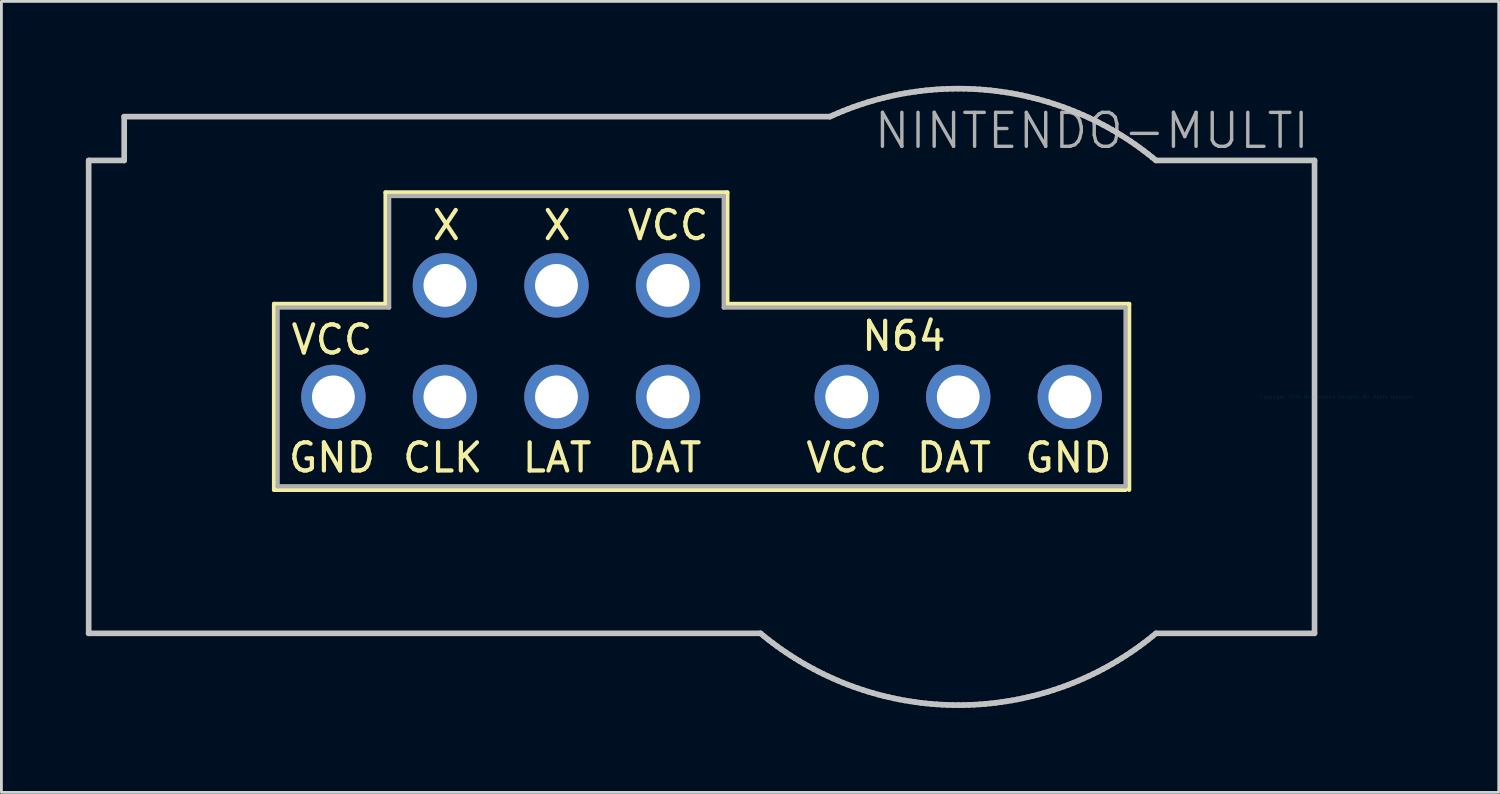
<source format=kicad_pcb>
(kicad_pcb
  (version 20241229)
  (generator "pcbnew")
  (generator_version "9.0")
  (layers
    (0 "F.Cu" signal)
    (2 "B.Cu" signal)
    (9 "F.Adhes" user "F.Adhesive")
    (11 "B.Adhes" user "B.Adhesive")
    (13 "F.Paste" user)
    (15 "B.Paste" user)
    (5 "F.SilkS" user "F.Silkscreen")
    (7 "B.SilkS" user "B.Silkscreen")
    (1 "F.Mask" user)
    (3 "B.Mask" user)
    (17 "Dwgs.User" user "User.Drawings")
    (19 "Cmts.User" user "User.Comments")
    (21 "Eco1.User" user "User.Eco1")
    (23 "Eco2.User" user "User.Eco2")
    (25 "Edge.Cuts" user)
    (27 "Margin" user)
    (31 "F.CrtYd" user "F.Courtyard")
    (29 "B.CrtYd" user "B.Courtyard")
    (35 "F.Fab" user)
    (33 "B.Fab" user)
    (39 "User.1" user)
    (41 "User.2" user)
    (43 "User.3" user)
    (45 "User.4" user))
  (footprint "NINTENDO-MULTI"
    (layer "F.Cu")
    (at 20.681 11.05)
    (property "Reference" "NINTENDO-MULTI" (at 22.86 -10.16 180) (layer "F.Fab") (effects (font (size 1.206 1.206) (thickness 0.121)) (justify right top)))
    (attr through_hole)
    (fp_line (start -13.995 -3.302) (end -13.995 3.302) (stroke (width 0.152) (type solid)) (layer "F.SilkS"))
    (fp_line (start -13.995 3.302) (end 16.256 3.302) (stroke (width 0.152) (type solid)) (layer "F.SilkS"))
    (fp_line (start -10.033 -7.264) (end -10.033 -3.302) (stroke (width 0.152) (type solid)) (layer "F.SilkS"))
    (fp_line (start -10.033 -3.302) (end -13.995 -3.302) (stroke (width 0.152) (type solid)) (layer "F.SilkS"))
    (fp_line (start 2.108 -7.264) (end -10.033 -7.264) (stroke (width 0.152) (type solid)) (layer "F.SilkS"))
    (fp_line (start 2.108 -7.264) (end 2.108 -3.302) (stroke (width 0.152) (type solid)) (layer "F.SilkS"))
    (fp_line (start 16.383 -3.302) (end 2.108 -3.302) (stroke (width 0.152) (type solid)) (layer "F.SilkS"))
    (fp_line (start 16.383 3.302) (end 16.383 -3.302) (stroke (width 0.152) (type solid)) (layer "F.SilkS"))
    (fp_line (start -20.581 -8.4) (end -20.581 8.4) (stroke (width 0.2) (type solid)) (layer "Dwgs.User"))
    (fp_line (start -20.581 8.4) (end 3.288 8.4) (stroke (width 0.2) (type solid)) (layer "Dwgs.User"))
    (fp_line (start -19.319 -9.956) (end -19.319 -8.4) (stroke (width 0.2) (type solid)) (layer "Dwgs.User"))
    (fp_line (start -19.319 -8.4) (end -20.581 -8.4) (stroke (width 0.2) (type solid)) (layer "Dwgs.User"))
    (fp_line (start 3.288 8.4) (end 3.421 8.51) (stroke (width 0.2) (type solid)) (layer "Dwgs.User"))
    (fp_line (start 3.421 8.51) (end 3.571 8.629) (stroke (width 0.2) (type solid)) (layer "Dwgs.User"))
    (fp_line (start 3.571 8.629) (end 3.723 8.745) (stroke (width 0.2) (type solid)) (layer "Dwgs.User"))
    (fp_line (start 3.723 8.745) (end 3.876 8.859) (stroke (width 0.2) (type solid)) (layer "Dwgs.User"))
    (fp_line (start 3.876 8.859) (end 4.032 8.97) (stroke (width 0.2) (type solid)) (layer "Dwgs.User"))
    (fp_line (start 4.032 8.97) (end 4.189 9.078) (stroke (width 0.2) (type solid)) (layer "Dwgs.User"))
    (fp_line (start 4.189 9.078) (end 4.349 9.183) (stroke (width 0.2) (type solid)) (layer "Dwgs.User"))
    (fp_line (start 4.349 9.183) (end 4.51 9.286) (stroke (width 0.2) (type solid)) (layer "Dwgs.User"))
    (fp_line (start 4.51 9.286) (end 4.673 9.386) (stroke (width 0.2) (type solid)) (layer "Dwgs.User"))
    (fp_line (start 4.673 9.386) (end 4.837 9.483) (stroke (width 0.2) (type solid)) (layer "Dwgs.User"))
    (fp_line (start 4.837 9.483) (end 5.004 9.577) (stroke (width 0.2) (type solid)) (layer "Dwgs.User"))
    (fp_line (start 5.004 9.577) (end 5.172 9.668) (stroke (width 0.2) (type solid)) (layer "Dwgs.User"))
    (fp_line (start 5.172 9.668) (end 5.341 9.757) (stroke (width 0.2) (type solid)) (layer "Dwgs.User"))
    (fp_line (start 5.341 9.757) (end 5.512 9.842) (stroke (width 0.2) (type solid)) (layer "Dwgs.User"))
    (fp_line (start 5.512 9.842) (end 5.685 9.924) (stroke (width 0.2) (type solid)) (layer "Dwgs.User"))
    (fp_line (start 5.685 9.924) (end 5.859 10.003) (stroke (width 0.2) (type solid)) (layer "Dwgs.User"))
    (fp_line (start 5.755 -9.956) (end -19.319 -9.956) (stroke (width 0.2) (type solid)) (layer "Dwgs.User"))
    (fp_line (start 5.859 -10.003) (end 5.755 -9.956) (stroke (width 0.2) (type solid)) (layer "Dwgs.User"))
    (fp_line (start 5.859 10.003) (end 6.034 10.079) (stroke (width 0.2) (type solid)) (layer "Dwgs.User"))
    (fp_line (start 6.034 -10.079) (end 5.859 -10.003) (stroke (width 0.2) (type solid)) (layer "Dwgs.User"))
    (fp_line (start 6.034 10.079) (end 6.21 10.153) (stroke (width 0.2) (type solid)) (layer "Dwgs.User"))
    (fp_line (start 6.21 -10.153) (end 6.034 -10.079) (stroke (width 0.2) (type solid)) (layer "Dwgs.User"))
    (fp_line (start 6.21 10.153) (end 6.388 10.223) (stroke (width 0.2) (type solid)) (layer "Dwgs.User"))
    (fp_line (start 6.388 -10.223) (end 6.21 -10.153) (stroke (width 0.2) (type solid)) (layer "Dwgs.User"))
    (fp_line (start 6.388 10.223) (end 6.567 10.29) (stroke (width 0.2) (type solid)) (layer "Dwgs.User"))
    (fp_line (start 6.567 -10.29) (end 6.388 -10.223) (stroke (width 0.2) (type solid)) (layer "Dwgs.User"))
    (fp_line (start 6.567 10.29) (end 6.747 10.353) (stroke (width 0.2) (type solid)) (layer "Dwgs.User"))
    (fp_line (start 6.747 -10.353) (end 6.567 -10.29) (stroke (width 0.2) (type solid)) (layer "Dwgs.User"))
    (fp_line (start 6.747 10.353) (end 6.929 10.414) (stroke (width 0.2) (type solid)) (layer "Dwgs.User"))
    (fp_line (start 6.929 -10.414) (end 6.747 -10.353) (stroke (width 0.2) (type solid)) (layer "Dwgs.User"))
    (fp_line (start 6.929 10.414) (end 7.111 10.472) (stroke (width 0.2) (type solid)) (layer "Dwgs.User"))
    (fp_line (start 7.111 -10.472) (end 6.929 -10.414) (stroke (width 0.2) (type solid)) (layer "Dwgs.User"))
    (fp_line (start 7.111 10.472) (end 7.294 10.526) (stroke (width 0.2) (type solid)) (layer "Dwgs.User"))
    (fp_line (start 7.294 -10.526) (end 7.111 -10.472) (stroke (width 0.2) (type solid)) (layer "Dwgs.User"))
    (fp_line (start 7.294 10.526) (end 7.478 10.577) (stroke (width 0.2) (type solid)) (layer "Dwgs.User"))
    (fp_line (start 7.478 -10.577) (end 7.294 -10.526) (stroke (width 0.2) (type solid)) (layer "Dwgs.User"))
    (fp_line (start 7.478 10.577) (end 7.663 10.625) (stroke (width 0.2) (type solid)) (layer "Dwgs.User"))
    (fp_line (start 7.663 -10.625) (end 7.478 -10.577) (stroke (width 0.2) (type solid)) (layer "Dwgs.User"))
    (fp_line (start 7.663 10.625) (end 7.849 10.669) (stroke (width 0.2) (type solid)) (layer "Dwgs.User"))
    (fp_line (start 7.849 -10.669) (end 7.663 -10.625) (stroke (width 0.2) (type solid)) (layer "Dwgs.User"))
    (fp_line (start 7.849 10.669) (end 8.036 10.711) (stroke (width 0.2) (type solid)) (layer "Dwgs.User"))
    (fp_line (start 8.036 -10.711) (end 7.849 -10.669) (stroke (width 0.2) (type solid)) (layer "Dwgs.User"))
    (fp_line (start 8.036 10.711) (end 8.223 10.749) (stroke (width 0.2) (type solid)) (layer "Dwgs.User"))
    (fp_line (start 8.223 -10.749) (end 8.036 -10.711) (stroke (width 0.2) (type solid)) (layer "Dwgs.User"))
    (fp_line (start 8.223 10.749) (end 8.411 10.784) (stroke (width 0.2) (type solid)) (layer "Dwgs.User"))
    (fp_line (start 8.411 -10.784) (end 8.223 -10.749) (stroke (width 0.2) (type solid)) (layer "Dwgs.User"))
    (fp_line (start 8.411 10.784) (end 8.599 10.815) (stroke (width 0.2) (type solid)) (layer "Dwgs.User"))
    (fp_line (start 8.599 -10.815) (end 8.411 -10.784) (stroke (width 0.2) (type solid)) (layer "Dwgs.User"))
    (fp_line (start 8.599 10.815) (end 8.788 10.843) (stroke (width 0.2) (type solid)) (layer "Dwgs.User"))
    (fp_line (start 8.788 -10.843) (end 8.599 -10.815) (stroke (width 0.2) (type solid)) (layer "Dwgs.User"))
    (fp_line (start 8.788 10.843) (end 8.978 10.868) (stroke (width 0.2) (type solid)) (layer "Dwgs.User"))
    (fp_line (start 8.978 -10.868) (end 8.788 -10.843) (stroke (width 0.2) (type solid)) (layer "Dwgs.User"))
    (fp_line (start 8.978 10.868) (end 9.168 10.89) (stroke (width 0.2) (type solid)) (layer "Dwgs.User"))
    (fp_line (start 9.168 -10.89) (end 8.978 -10.868) (stroke (width 0.2) (type solid)) (layer "Dwgs.User"))
    (fp_line (start 9.168 10.89) (end 9.358 10.908) (stroke (width 0.2) (type solid)) (layer "Dwgs.User"))
    (fp_line (start 9.358 -10.908) (end 9.168 -10.89) (stroke (width 0.2) (type solid)) (layer "Dwgs.User"))
    (fp_line (start 9.358 10.908) (end 9.549 10.923) (stroke (width 0.2) (type solid)) (layer "Dwgs.User"))
    (fp_line (start 9.549 -10.923) (end 9.358 -10.908) (stroke (width 0.2) (type solid)) (layer "Dwgs.User"))
    (fp_line (start 9.549 10.923) (end 9.739 10.935) (stroke (width 0.2) (type solid)) (layer "Dwgs.User"))
    (fp_line (start 9.739 -10.935) (end 9.549 -10.923) (stroke (width 0.2) (type solid)) (layer "Dwgs.User"))
    (fp_line (start 9.739 10.935) (end 9.93 10.943) (stroke (width 0.2) (type solid)) (layer "Dwgs.User"))
    (fp_line (start 9.93 -10.943) (end 9.739 -10.935) (stroke (width 0.2) (type solid)) (layer "Dwgs.User"))
    (fp_line (start 9.93 10.943) (end 10.121 10.948) (stroke (width 0.2) (type solid)) (layer "Dwgs.User"))
    (fp_line (start 10.121 -10.948) (end 9.93 -10.943) (stroke (width 0.2) (type solid)) (layer "Dwgs.User"))
    (fp_line (start 10.121 10.948) (end 10.312 10.95) (stroke (width 0.2) (type solid)) (layer "Dwgs.User"))
    (fp_line (start 10.312 -10.95) (end 10.121 -10.948) (stroke (width 0.2) (type solid)) (layer "Dwgs.User"))
    (fp_line (start 10.312 10.95) (end 10.504 10.948) (stroke (width 0.2) (type solid)) (layer "Dwgs.User"))
    (fp_line (start 10.504 -10.948) (end 10.312 -10.95) (stroke (width 0.2) (type solid)) (layer "Dwgs.User"))
    (fp_line (start 10.504 10.948) (end 10.694 10.943) (stroke (width 0.2) (type solid)) (layer "Dwgs.User"))
    (fp_line (start 10.694 -10.943) (end 10.504 -10.948) (stroke (width 0.2) (type solid)) (layer "Dwgs.User"))
    (fp_line (start 10.694 10.943) (end 10.886 10.935) (stroke (width 0.2) (type solid)) (layer "Dwgs.User"))
    (fp_line (start 10.886 -10.935) (end 10.694 -10.943) (stroke (width 0.2) (type solid)) (layer "Dwgs.User"))
    (fp_line (start 10.886 10.935) (end 11.076 10.923) (stroke (width 0.2) (type solid)) (layer "Dwgs.User"))
    (fp_line (start 11.076 -10.923) (end 10.886 -10.935) (stroke (width 0.2) (type solid)) (layer "Dwgs.User"))
    (fp_line (start 11.076 10.923) (end 11.267 10.908) (stroke (width 0.2) (type solid)) (layer "Dwgs.User"))
    (fp_line (start 11.267 -10.908) (end 11.076 -10.923) (stroke (width 0.2) (type solid)) (layer "Dwgs.User"))
    (fp_line (start 11.267 10.908) (end 11.457 10.89) (stroke (width 0.2) (type solid)) (layer "Dwgs.User"))
    (fp_line (start 11.457 -10.89) (end 11.267 -10.908) (stroke (width 0.2) (type solid)) (layer "Dwgs.User"))
    (fp_line (start 11.457 10.89) (end 11.647 10.868) (stroke (width 0.2) (type solid)) (layer "Dwgs.User"))
    (fp_line (start 11.647 -10.868) (end 11.457 -10.89) (stroke (width 0.2) (type solid)) (layer "Dwgs.User"))
    (fp_line (start 11.647 10.868) (end 11.836 10.843) (stroke (width 0.2) (type solid)) (layer "Dwgs.User"))
    (fp_line (start 11.836 -10.843) (end 11.647 -10.868) (stroke (width 0.2) (type solid)) (layer "Dwgs.User"))
    (fp_line (start 11.836 10.843) (end 12.025 10.815) (stroke (width 0.2) (type solid)) (layer "Dwgs.User"))
    (fp_line (start 12.025 -10.815) (end 11.836 -10.843) (stroke (width 0.2) (type solid)) (layer "Dwgs.User"))
    (fp_line (start 12.025 10.815) (end 12.214 10.784) (stroke (width 0.2) (type solid)) (layer "Dwgs.User"))
    (fp_line (start 12.214 -10.784) (end 12.025 -10.815) (stroke (width 0.2) (type solid)) (layer "Dwgs.User"))
    (fp_line (start 12.214 10.784) (end 12.402 10.749) (stroke (width 0.2) (type solid)) (layer "Dwgs.User"))
    (fp_line (start 12.402 -10.749) (end 12.214 -10.784) (stroke (width 0.2) (type solid)) (layer "Dwgs.User"))
    (fp_line (start 12.402 10.749) (end 12.589 10.711) (stroke (width 0.2) (type solid)) (layer "Dwgs.User"))
    (fp_line (start 12.589 -10.711) (end 12.402 -10.749) (stroke (width 0.2) (type solid)) (layer "Dwgs.User"))
    (fp_line (start 12.589 10.711) (end 12.776 10.669) (stroke (width 0.2) (type solid)) (layer "Dwgs.User"))
    (fp_line (start 12.776 -10.669) (end 12.589 -10.711) (stroke (width 0.2) (type solid)) (layer "Dwgs.User"))
    (fp_line (start 12.776 10.669) (end 12.961 10.625) (stroke (width 0.2) (type solid)) (layer "Dwgs.User"))
    (fp_line (start 12.961 -10.625) (end 12.776 -10.669) (stroke (width 0.2) (type solid)) (layer "Dwgs.User"))
    (fp_line (start 12.961 10.625) (end 13.146 10.577) (stroke (width 0.2) (type solid)) (layer "Dwgs.User"))
    (fp_line (start 13.146 -10.577) (end 12.961 -10.625) (stroke (width 0.2) (type solid)) (layer "Dwgs.User"))
    (fp_line (start 13.146 10.577) (end 13.331 10.526) (stroke (width 0.2) (type solid)) (layer "Dwgs.User"))
    (fp_line (start 13.331 -10.526) (end 13.146 -10.577) (stroke (width 0.2) (type solid)) (layer "Dwgs.User"))
    (fp_line (start 13.331 10.526) (end 13.514 10.472) (stroke (width 0.2) (type solid)) (layer "Dwgs.User"))
    (fp_line (start 13.514 -10.472) (end 13.331 -10.526) (stroke (width 0.2) (type solid)) (layer "Dwgs.User"))
    (fp_line (start 13.514 10.472) (end 13.696 10.414) (stroke (width 0.2) (type solid)) (layer "Dwgs.User"))
    (fp_line (start 13.696 -10.414) (end 13.514 -10.472) (stroke (width 0.2) (type solid)) (layer "Dwgs.User"))
    (fp_line (start 13.696 10.414) (end 13.877 10.353) (stroke (width 0.2) (type solid)) (layer "Dwgs.User"))
    (fp_line (start 13.877 -10.353) (end 13.696 -10.414) (stroke (width 0.2) (type solid)) (layer "Dwgs.User"))
    (fp_line (start 13.877 10.353) (end 14.057 10.29) (stroke (width 0.2) (type solid)) (layer "Dwgs.User"))
    (fp_line (start 14.057 -10.29) (end 13.877 -10.353) (stroke (width 0.2) (type solid)) (layer "Dwgs.User"))
    (fp_line (start 14.057 10.29) (end 14.236 10.223) (stroke (width 0.2) (type solid)) (layer "Dwgs.User"))
    (fp_line (start 14.236 -10.223) (end 14.057 -10.29) (stroke (width 0.2) (type solid)) (layer "Dwgs.User"))
    (fp_line (start 14.236 10.223) (end 14.414 10.153) (stroke (width 0.2) (type solid)) (layer "Dwgs.User"))
    (fp_line (start 14.414 -10.153) (end 14.236 -10.223) (stroke (width 0.2) (type solid)) (layer "Dwgs.User"))
    (fp_line (start 14.414 10.153) (end 14.591 10.079) (stroke (width 0.2) (type solid)) (layer "Dwgs.User"))
    (fp_line (start 14.591 -10.079) (end 14.414 -10.153) (stroke (width 0.2) (type solid)) (layer "Dwgs.User"))
    (fp_line (start 14.591 10.079) (end 14.766 10.003) (stroke (width 0.2) (type solid)) (layer "Dwgs.User"))
    (fp_line (start 14.766 -10.003) (end 14.591 -10.079) (stroke (width 0.2) (type solid)) (layer "Dwgs.User"))
    (fp_line (start 14.766 10.003) (end 14.94 9.924) (stroke (width 0.2) (type solid)) (layer "Dwgs.User"))
    (fp_line (start 14.94 -9.924) (end 14.766 -10.003) (stroke (width 0.2) (type solid)) (layer "Dwgs.User"))
    (fp_line (start 14.94 9.924) (end 15.113 9.842) (stroke (width 0.2) (type solid)) (layer "Dwgs.User"))
    (fp_line (start 15.113 -9.842) (end 14.94 -9.924) (stroke (width 0.2) (type solid)) (layer "Dwgs.User"))
    (fp_line (start 15.113 9.842) (end 15.284 9.757) (stroke (width 0.2) (type solid)) (layer "Dwgs.User"))
    (fp_line (start 15.284 -9.757) (end 15.113 -9.842) (stroke (width 0.2) (type solid)) (layer "Dwgs.User"))
    (fp_line (start 15.284 9.757) (end 15.453 9.668) (stroke (width 0.2) (type solid)) (layer "Dwgs.User"))
    (fp_line (start 15.453 -9.668) (end 15.284 -9.757) (stroke (width 0.2) (type solid)) (layer "Dwgs.User"))
    (fp_line (start 15.453 9.668) (end 15.621 9.577) (stroke (width 0.2) (type solid)) (layer "Dwgs.User"))
    (fp_line (start 15.621 -9.577) (end 15.453 -9.668) (stroke (width 0.2) (type solid)) (layer "Dwgs.User"))
    (fp_line (start 15.621 9.577) (end 15.787 9.483) (stroke (width 0.2) (type solid)) (layer "Dwgs.User"))
    (fp_line (start 15.787 -9.483) (end 15.621 -9.577) (stroke (width 0.2) (type solid)) (layer "Dwgs.User"))
    (fp_line (start 15.787 9.483) (end 15.952 9.386) (stroke (width 0.2) (type solid)) (layer "Dwgs.User"))
    (fp_line (start 15.952 -9.386) (end 15.787 -9.483) (stroke (width 0.2) (type solid)) (layer "Dwgs.User"))
    (fp_line (start 15.952 9.386) (end 16.115 9.286) (stroke (width 0.2) (type solid)) (layer "Dwgs.User"))
    (fp_line (start 16.115 -9.286) (end 15.952 -9.386) (stroke (width 0.2) (type solid)) (layer "Dwgs.User"))
    (fp_line (start 16.115 9.286) (end 16.276 9.183) (stroke (width 0.2) (type solid)) (layer "Dwgs.User"))
    (fp_line (start 16.276 -9.183) (end 16.115 -9.286) (stroke (width 0.2) (type solid)) (layer "Dwgs.User"))
    (fp_line (start 16.276 9.183) (end 16.436 9.078) (stroke (width 0.2) (type solid)) (layer "Dwgs.User"))
    (fp_line (start 16.436 -9.078) (end 16.276 -9.183) (stroke (width 0.2) (type solid)) (layer "Dwgs.User"))
    (fp_line (start 16.436 9.078) (end 16.593 8.97) (stroke (width 0.2) (type solid)) (layer "Dwgs.User"))
    (fp_line (start 16.593 -8.97) (end 16.436 -9.078) (stroke (width 0.2) (type solid)) (layer "Dwgs.User"))
    (fp_line (start 16.593 8.97) (end 16.749 8.859) (stroke (width 0.2) (type solid)) (layer "Dwgs.User"))
    (fp_line (start 16.749 -8.859) (end 16.593 -8.97) (stroke (width 0.2) (type solid)) (layer "Dwgs.User"))
    (fp_line (start 16.749 8.859) (end 16.902 8.745) (stroke (width 0.2) (type solid)) (layer "Dwgs.User"))
    (fp_line (start 16.902 -8.745) (end 16.749 -8.859) (stroke (width 0.2) (type solid)) (layer "Dwgs.User"))
    (fp_line (start 16.902 8.745) (end 17.054 8.629) (stroke (width 0.2) (type solid)) (layer "Dwgs.User"))
    (fp_line (start 17.054 -8.629) (end 16.902 -8.745) (stroke (width 0.2) (type solid)) (layer "Dwgs.User"))
    (fp_line (start 17.054 8.629) (end 17.203 8.51) (stroke (width 0.2) (type solid)) (layer "Dwgs.User"))
    (fp_line (start 17.203 -8.51) (end 17.054 -8.629) (stroke (width 0.2) (type solid)) (layer "Dwgs.User"))
    (fp_line (start 17.203 8.51) (end 17.337 8.4) (stroke (width 0.2) (type solid)) (layer "Dwgs.User"))
    (fp_line (start 17.337 -8.4) (end 17.203 -8.51) (stroke (width 0.2) (type solid)) (layer "Dwgs.User"))
    (fp_line (start 17.337 8.4) (end 22.969 8.4) (stroke (width 0.2) (type solid)) (layer "Dwgs.User"))
    (fp_line (start 22.969 -8.4) (end 17.337 -8.4) (stroke (width 0.2) (type solid)) (layer "Dwgs.User"))
    (fp_line (start 22.969 8.4) (end 22.969 -8.4) (stroke (width 0.2) (type solid)) (layer "Dwgs.User"))
    (fp_line (start -13.868 -3.175) (end -13.868 3.175) (stroke (width 0.152) (type solid)) (layer "F.Fab"))
    (fp_line (start -13.868 3.175) (end 16.256 3.175) (stroke (width 0.152) (type solid)) (layer "F.Fab"))
    (fp_line (start -9.906 -7.137) (end -9.906 -3.175) (stroke (width 0.152) (type solid)) (layer "F.Fab"))
    (fp_line (start -9.906 -3.175) (end -13.868 -3.175) (stroke (width 0.152) (type solid)) (layer "F.Fab"))
    (fp_line (start 1.981 -7.137) (end -9.906 -7.137) (stroke (width 0.152) (type solid)) (layer "F.Fab"))
    (fp_line (start 1.981 -7.137) (end 1.981 -3.175) (stroke (width 0.152) (type solid)) (layer "F.Fab"))
    (fp_line (start 16.256 -3.175) (end 1.981 -3.175) (stroke (width 0.152) (type solid)) (layer "F.Fab"))
    (fp_line (start 16.256 3.175) (end 16.256 -3.175) (stroke (width 0.152) (type solid)) (layer "F.Fab"))
    (fp_text user "GND" (at 14.224 2.159 0) (layer "F.SilkS") (effects (font (size 1 1) (thickness 0.15))))
    (fp_text user "VCC" (at 6.35 2.159 0) (layer "F.SilkS") (effects (font (size 1 1) (thickness 0.15))))
    (fp_text user "DAT" (at -0.127 2.159 0) (layer "F.SilkS") (effects (font (size 1 1) (thickness 0.15))))
    (fp_text user "X" (at -3.937 -6.096 0) (layer "F.SilkS") (effects (font (size 1 1) (thickness 0.15))))
    (fp_text user "VCC" (at 0 -6.096 0) (layer "F.SilkS") (effects (font (size 1 1) (thickness 0.15))))
    (fp_text user "GND" (at -11.938 2.159 0) (layer "F.SilkS") (effects (font (size 1 1) (thickness 0.15))))
    (fp_text user "CLK" (at -8.001 2.159 0) (layer "F.SilkS") (effects (font (size 1 1) (thickness 0.15))))
    (fp_text user "X" (at -7.874 -6.096 0) (layer "F.SilkS") (effects (font (size 1 1) (thickness 0.15))))
    (fp_text user "N64" (at 8.382 -2.159 0) (layer "F.SilkS") (effects (font (size 1 1) (thickness 0.15))))
    (fp_text user "LAT" (at -3.937 2.159 0) (layer "F.SilkS") (effects (font (size 1 1) (thickness 0.15))))
    (fp_text user "DAT" (at 10.16 2.159 0) (layer "F.SilkS") (effects (font (size 1 1) (thickness 0.15))))
    (fp_text user "VCC" (at -11.938 -2.032 0) (layer "F.SilkS") (effects (font (size 1 1) (thickness 0.15))))
    (fp_text user "Copyright 2016 Accelerated Designs. All rights reserved." (at 23.774 0 0) (layer "Cmts.User") (effects (font (size 0.127 0.127) (thickness 0.002))))
    (pad "1" thru_hole circle (at -11.887 0) (size 2.286 2.286) (drill 1.52) (layers "*.Cu" "*.Mask"))
    (pad "2" thru_hole circle (at -7.925 0) (size 2.286 2.286) (drill 1.52) (layers "*.Cu" "*.Mask"))
    (pad "3" thru_hole circle (at -3.962 0) (size 2.286 2.286) (drill 1.52) (layers "*.Cu" "*.Mask"))
    (pad "4" thru_hole circle (at 0 0) (size 2.286 2.286) (drill 1.52) (layers "*.Cu" "*.Mask"))
    (pad "5" thru_hole circle (at 6.35 0) (size 2.286 2.286) (drill 1.52) (layers "*.Cu" "*.Mask"))
    (pad "6" thru_hole circle (at 10.312 0) (size 2.286 2.286) (drill 1.52) (layers "*.Cu" "*.Mask"))
    (pad "7" thru_hole circle (at 14.275 0) (size 2.286 2.286) (drill 1.52) (layers "*.Cu" "*.Mask"))
    (pad "8" thru_hole circle (at -7.925 -3.962) (size 2.286 2.286) (drill 1.52) (layers "*.Cu" "*.Mask"))
    (pad "9" thru_hole circle (at -3.962 -3.962) (size 2.286 2.286) (drill 1.52) (layers "*.Cu" "*.Mask"))
    (pad "10" thru_hole circle (at 0 -3.962) (size 2.286 2.286) (drill 1.52) (layers "*.Cu" "*.Mask")))
  (gr_rect
    (start -3 -3)
    (end 50.195 25.1)
    (stroke (width 0.1) (type default))
    (fill no)
    (layer "Edge.Cuts")))
</source>
